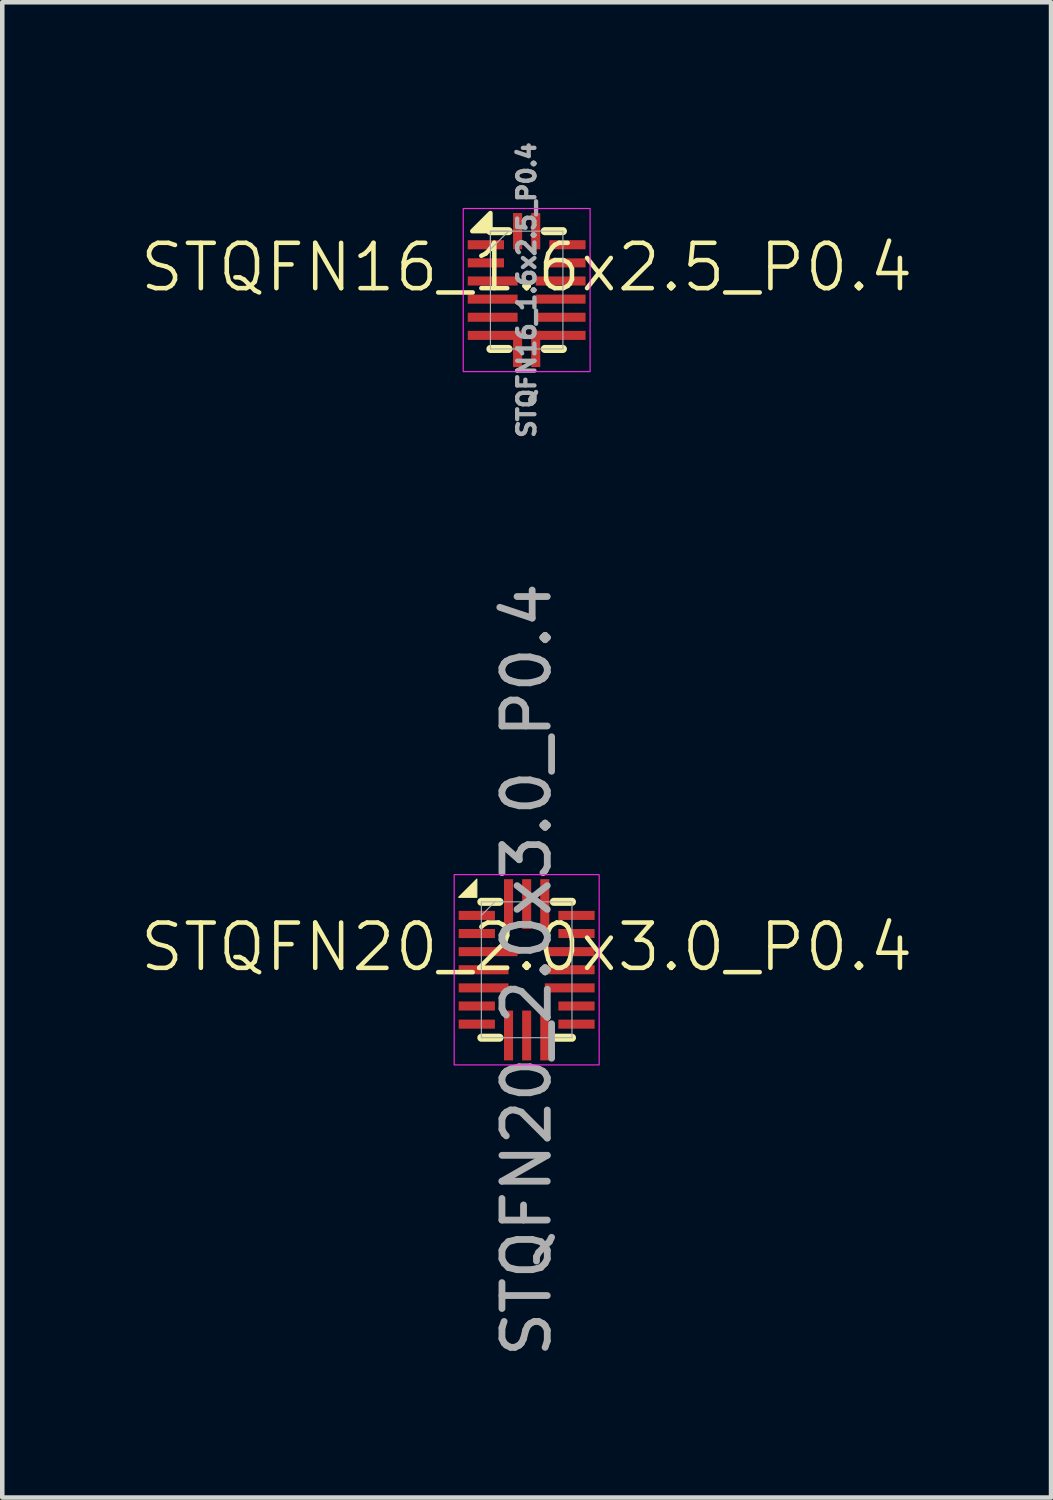
<source format=kicad_pcb>
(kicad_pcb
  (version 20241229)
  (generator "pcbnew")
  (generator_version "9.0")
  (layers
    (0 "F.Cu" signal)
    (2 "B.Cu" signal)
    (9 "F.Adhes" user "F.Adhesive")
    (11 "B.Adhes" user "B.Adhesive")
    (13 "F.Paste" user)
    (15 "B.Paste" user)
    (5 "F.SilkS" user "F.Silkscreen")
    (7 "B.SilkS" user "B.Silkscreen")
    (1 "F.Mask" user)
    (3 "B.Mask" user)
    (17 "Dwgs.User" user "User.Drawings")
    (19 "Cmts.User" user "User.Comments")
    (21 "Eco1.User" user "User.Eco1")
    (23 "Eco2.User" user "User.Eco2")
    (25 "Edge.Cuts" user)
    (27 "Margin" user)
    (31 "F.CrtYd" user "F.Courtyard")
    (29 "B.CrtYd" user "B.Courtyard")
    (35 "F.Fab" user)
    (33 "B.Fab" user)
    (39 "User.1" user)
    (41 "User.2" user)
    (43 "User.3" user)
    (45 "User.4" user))
  (footprint "STQFN20_2.0x3.0_P0.4"
    (layer "F.Cu")
    (at 8.574 18.354)
    (property "Reference" "STQFN20_2.0x3.0_P0.4" (at 0 -0.5 0) (unlocked yes) (layer "F.SilkS") (effects (font (size 1 1) (thickness 0.1))))
    (attr smd)
    (fp_line (start -1 1.5) (end -0.6 1.5) (stroke (width 0.178) (type default)) (layer "F.SilkS"))
    (fp_line (start -0.6 -1.5) (end -1 -1.5) (stroke (width 0.178) (type default)) (layer "F.SilkS"))
    (fp_line (start 0.6 -1.5) (end 1 -1.5) (stroke (width 0.178) (type default)) (layer "F.SilkS"))
    (fp_line (start 0.6 1.5) (end 1 1.5) (stroke (width 0.178) (type default)) (layer "F.SilkS"))
    (fp_poly (pts (xy -1.1 -1.6) (xy -1.1 -2) (xy -1.5 -1.6)) (stroke (width 0.025) (type solid)) (fill yes) (layer "F.SilkS"))
    (fp_rect (start -1.6 -2.1) (end 1.6 2.1) (stroke (width 0.025) (type default)) (fill no) (layer "F.CrtYd"))
    (fp_line (start -1 -1.2) (end -0.7 -1.5) (stroke (width 0.025) (type default)) (layer "F.Fab"))
    (fp_rect (start -1 1.5) (end 1 -1.5) (stroke (width 0.025) (type default)) (fill no) (layer "F.Fab"))
    (fp_text user "${REFERENCE}" (at 0 0 90) (unlocked yes) (layer "F.Fab") (effects (font (size 1 1) (thickness 0.15))))
    (pad "1" smd rect (at -1.1 -1.2) (size 0.8 0.2) (layers "F.Cu" "F.Mask" "F.Paste"))
    (pad "2" smd rect (at -1.1 -0.8) (size 0.8 0.2) (layers "F.Cu" "F.Mask" "F.Paste"))
    (pad "3" smd rect (at -0.85 -0.4) (size 1.3 0.2) (layers "F.Cu" "F.Mask" "F.Paste"))
    (pad "4" smd rect (at -0.95 0) (size 1.1 0.2) (layers "F.Cu" "F.Mask" "F.Paste"))
    (pad "5" smd rect (at -0.95 0.4) (size 1.1 0.2) (layers "F.Cu" "F.Mask" "F.Paste"))
    (pad "6" smd rect (at -1.1 0.8) (size 0.8 0.2) (layers "F.Cu" "F.Mask" "F.Paste"))
    (pad "7" smd rect (at -1.1 1.2) (size 0.8 0.2) (layers "F.Cu" "F.Mask" "F.Paste"))
    (pad "8" smd rect (at -0.4 1.45) (size 0.2 1.1) (layers "F.Cu" "F.Mask" "F.Paste"))
    (pad "9" smd rect (at 0 1.45) (size 0.2 1.1) (layers "F.Cu" "F.Mask" "F.Paste"))
    (pad "10" smd rect (at 0.4 1.45) (size 0.2 1.1) (layers "F.Cu" "F.Mask" "F.Paste"))
    (pad "11" smd rect (at 1.1 1.2) (size 0.8 0.2) (layers "F.Cu" "F.Mask" "F.Paste"))
    (pad "12" smd rect (at 1.1 0.8) (size 0.8 0.2) (layers "F.Cu" "F.Mask" "F.Paste"))
    (pad "13" smd rect (at 0.95 0.4) (size 1.1 0.2) (layers "F.Cu" "F.Mask" "F.Paste"))
    (pad "14" smd rect (at 0.95 0) (size 1.1 0.2) (layers "F.Cu" "F.Mask" "F.Paste"))
    (pad "15" smd rect (at 0.95 -0.4) (size 1.1 0.2) (layers "F.Cu" "F.Mask" "F.Paste"))
    (pad "16" smd rect (at 1.1 -0.8) (size 0.8 0.2) (layers "F.Cu" "F.Mask" "F.Paste"))
    (pad "17" smd rect (at 1.1 -1.2) (size 0.8 0.2) (layers "F.Cu" "F.Mask" "F.Paste"))
    (pad "18" smd rect (at 0.4 -1.45) (size 0.2 1.1) (layers "F.Cu" "F.Mask" "F.Paste"))
    (pad "19" smd rect (at 0 -1.45) (size 0.2 1.1) (layers "F.Cu" "F.Mask" "F.Paste"))
    (pad "20" smd rect (at -0.4 -1.45) (size 0.2 1.1) (layers "F.Cu" "F.Mask" "F.Paste")))
  (footprint "STQFN16_1.6x2.5_P0.4"
    (layer "F.Cu")
    (at 8.574 3.352)
    (property "Reference" "STQFN16_1.6x2.5_P0.4" (at 0 -0.5 0) (unlocked yes) (layer "F.SilkS") (effects (font (size 1 1) (thickness 0.1))))
    (attr smd)
    (fp_line (start -0.8 -1.3) (end -0.4 -1.3) (stroke (width 0.178) (type default)) (layer "F.SilkS"))
    (fp_line (start -0.8 1.3) (end -0.4 1.3) (stroke (width 0.178) (type default)) (layer "F.SilkS"))
    (fp_line (start 0.4 -1.3) (end 0.8 -1.3) (stroke (width 0.178) (type default)) (layer "F.SilkS"))
    (fp_line (start 0.4 1.3) (end 0.8 1.3) (stroke (width 0.178) (type default)) (layer "F.SilkS"))
    (fp_poly (pts (xy -1.2 -1.3) (xy -0.8 -1.3) (xy -0.8 -1.7)) (stroke (width 0.1) (type solid)) (fill yes) (layer "F.SilkS"))
    (fp_rect (start -1.4 -1.8) (end 1.4 1.8) (stroke (width 0.025) (type default)) (fill no) (layer "F.CrtYd"))
    (fp_rect (start -0.8 1.3) (end 0.8 -1.3) (stroke (width 0.025) (type solid)) (fill no) (layer "F.Fab"))
    (fp_poly (pts (xy -0.8 -1.3) (xy -0.8 -0.9) (xy -0.4 -1.3)) (stroke (width 0.025) (type solid)) (fill no) (layer "F.Fab"))
    (fp_text user "${REFERENCE}" (at 0 0 90) (unlocked yes) (layer "F.Fab") (effects (font (size 0.381 0.381) (thickness 0.095) (bold yes))))
    (pad "1" smd rect (at -0.9 -1) (size 0.8 0.2) (layers "F.Cu" "F.Mask" "F.Paste"))
    (pad "2" smd rect (at -0.9 -0.6) (size 0.8 0.2) (layers "F.Cu" "F.Mask" "F.Paste"))
    (pad "3" smd rect (at -0.75 -0.2) (size 1.1 0.2) (layers "F.Cu" "F.Mask" "F.Paste"))
    (pad "4" smd rect (at -0.75 0.2) (size 1.1 0.2) (layers "F.Cu" "F.Mask" "F.Paste"))
    (pad "5" smd rect (at -0.75 0.6) (size 1.1 0.2) (layers "F.Cu" "F.Mask" "F.Paste"))
    (pad "6" smd rect (at -0.75 1) (size 1.1 0.2) (layers "F.Cu" "F.Mask" "F.Paste"))
    (pad "7" smd rect (at -0.2 1.3) (size 0.2 0.8) (layers "F.Cu" "F.Mask" "F.Paste"))
    (pad "8" smd rect (at 0.2 1.3) (size 0.2 0.8) (layers "F.Cu" "F.Mask" "F.Paste"))
    (pad "9" smd rect (at 0.75 1) (size 1.1 0.2) (layers "F.Cu" "F.Mask" "F.Paste"))
    (pad "10" smd rect (at 0.75 0.6) (size 1.1 0.2) (layers "F.Cu" "F.Mask" "F.Paste"))
    (pad "11" smd rect (at 0.75 0.2) (size 1.1 0.2) (layers "F.Cu" "F.Mask" "F.Paste"))
    (pad "12" smd rect (at 0.75 -0.2) (size 1.1 0.2) (layers "F.Cu" "F.Mask" "F.Paste"))
    (pad "13" smd rect (at 0.9 -0.6) (size 0.8 0.2) (layers "F.Cu" "F.Mask" "F.Paste"))
    (pad "14" smd rect (at 0.9 -1) (size 0.8 0.2) (layers "F.Cu" "F.Mask" "F.Paste"))
    (pad "15" smd rect (at 0.2 -1.3) (size 0.2 0.8) (layers "F.Cu" "F.Mask" "F.Paste"))
    (pad "16" smd rect (at -0.2 -1.3) (size 0.2 0.8) (layers "F.Cu" "F.Mask" "F.Paste")))
  (gr_rect
    (start -3 -3)
    (end 20.148 30.002)
    (stroke (width 0.1) (type default))
    (fill no)
    (layer "Edge.Cuts")))
</source>
